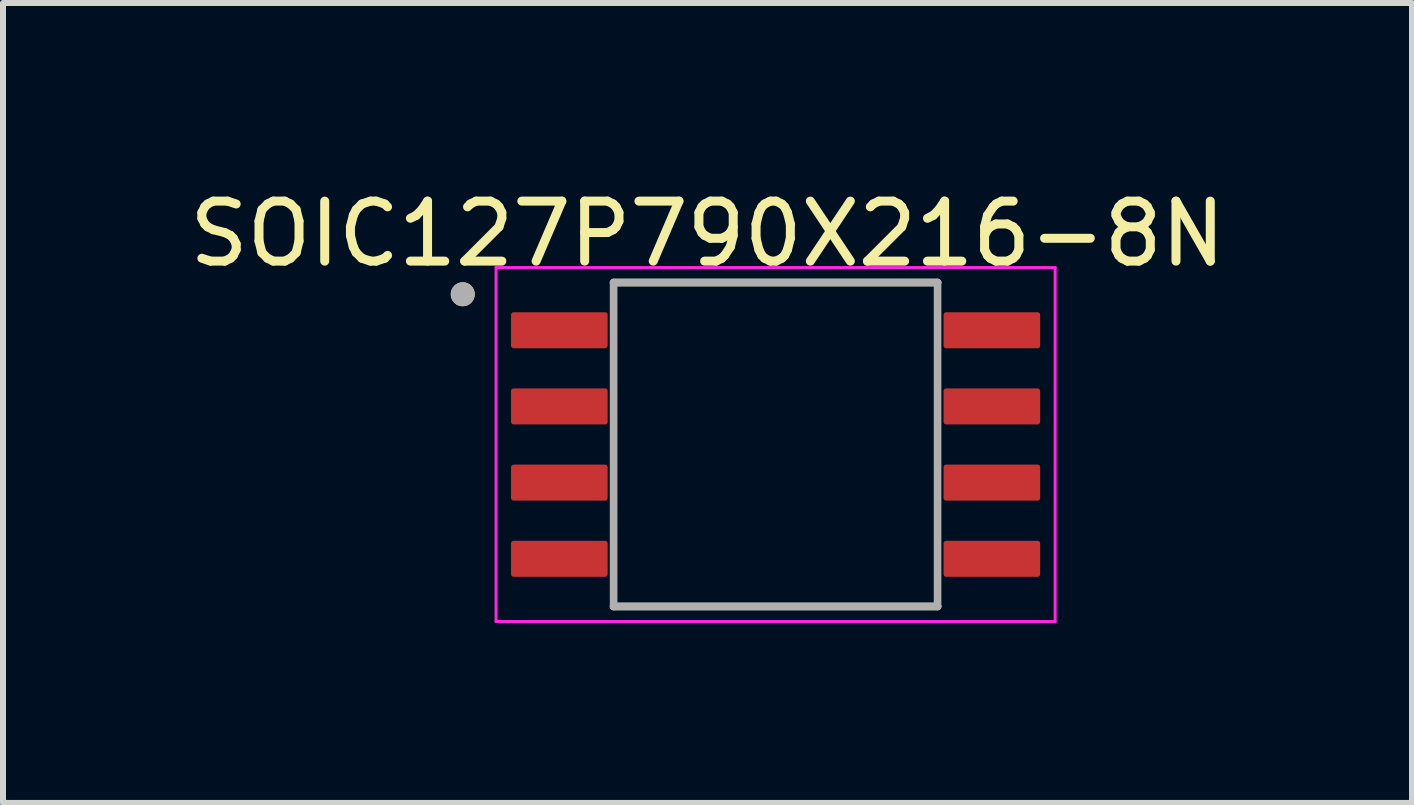
<source format=kicad_pcb>
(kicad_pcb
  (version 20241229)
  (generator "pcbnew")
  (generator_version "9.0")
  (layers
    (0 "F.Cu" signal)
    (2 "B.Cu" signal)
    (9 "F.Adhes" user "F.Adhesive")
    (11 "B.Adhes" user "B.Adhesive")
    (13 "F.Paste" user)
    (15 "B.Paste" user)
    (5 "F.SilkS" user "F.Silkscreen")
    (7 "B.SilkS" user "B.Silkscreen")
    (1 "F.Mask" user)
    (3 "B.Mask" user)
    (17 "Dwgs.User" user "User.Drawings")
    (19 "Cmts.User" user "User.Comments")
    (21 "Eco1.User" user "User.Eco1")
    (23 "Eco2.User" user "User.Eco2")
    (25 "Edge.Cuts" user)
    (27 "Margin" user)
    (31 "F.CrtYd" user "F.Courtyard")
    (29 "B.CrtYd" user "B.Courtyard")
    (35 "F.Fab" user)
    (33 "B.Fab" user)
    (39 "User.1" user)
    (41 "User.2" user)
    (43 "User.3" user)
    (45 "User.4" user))
  (footprint "SOIC127P790X216-8N"
    (layer "F.Cu")
    (at 9.879 4.36)
    (property "Reference" "SOIC127P790X216-8N" (at -1.135 -3.512 0) (layer "F.SilkS") (effects (font (size 1 1) (thickness 0.15))))
    (attr smd)
    (fp_line (start -2.7 -2.7) (end 2.7 -2.7) (stroke (width 0.127) (type solid)) (layer "F.SilkS"))
    (fp_line (start -2.7 2.7) (end 2.7 2.7) (stroke (width 0.127) (type solid)) (layer "F.SilkS"))
    (fp_circle (center -5.215 -2.505) (end -5.115 -2.505) (stroke (width 0.2) (type solid)) (fill no) (layer "F.SilkS"))
    (fp_line (start -4.66 -2.95) (end -4.66 2.95) (stroke (width 0.05) (type solid)) (layer "F.CrtYd"))
    (fp_line (start -4.66 -2.95) (end 4.66 -2.95) (stroke (width 0.05) (type solid)) (layer "F.CrtYd"))
    (fp_line (start -4.66 2.95) (end 4.66 2.95) (stroke (width 0.05) (type solid)) (layer "F.CrtYd"))
    (fp_line (start 4.66 -2.95) (end 4.66 2.95) (stroke (width 0.05) (type solid)) (layer "F.CrtYd"))
    (fp_line (start -2.7 -2.7) (end -2.7 2.7) (stroke (width 0.127) (type solid)) (layer "F.Fab"))
    (fp_line (start -2.7 -2.7) (end 2.7 -2.7) (stroke (width 0.127) (type solid)) (layer "F.Fab"))
    (fp_line (start -2.7 2.7) (end 2.7 2.7) (stroke (width 0.127) (type solid)) (layer "F.Fab"))
    (fp_line (start 2.7 -2.7) (end 2.7 2.7) (stroke (width 0.127) (type solid)) (layer "F.Fab"))
    (fp_circle (center -5.215 -2.505) (end -5.115 -2.505) (stroke (width 0.2) (type solid)) (fill no) (layer "F.Fab"))
    (pad "1" smd roundrect (at -3.605 -1.905) (size 1.61 0.6) (layers "F.Cu" "F.Mask" "F.Paste") (roundrect_rratio 0.07))
    (pad "2" smd roundrect (at -3.605 -0.635) (size 1.61 0.6) (layers "F.Cu" "F.Mask" "F.Paste") (roundrect_rratio 0.07))
    (pad "3" smd roundrect (at -3.605 0.635) (size 1.61 0.6) (layers "F.Cu" "F.Mask" "F.Paste") (roundrect_rratio 0.07))
    (pad "4" smd roundrect (at -3.605 1.905) (size 1.61 0.6) (layers "F.Cu" "F.Mask" "F.Paste") (roundrect_rratio 0.07))
    (pad "5" smd roundrect (at 3.605 1.905) (size 1.61 0.6) (layers "F.Cu" "F.Mask" "F.Paste") (roundrect_rratio 0.07))
    (pad "6" smd roundrect (at 3.605 0.635) (size 1.61 0.6) (layers "F.Cu" "F.Mask" "F.Paste") (roundrect_rratio 0.07))
    (pad "7" smd roundrect (at 3.605 -0.635) (size 1.61 0.6) (layers "F.Cu" "F.Mask" "F.Paste") (roundrect_rratio 0.07))
    (pad "8" smd roundrect (at 3.605 -1.905) (size 1.61 0.6) (layers "F.Cu" "F.Mask" "F.Paste") (roundrect_rratio 0.07)))
  (gr_rect
    (start -3 -3)
    (end 20.488 10.335)
    (stroke (width 0.1) (type default))
    (fill no)
    (layer "Edge.Cuts")))
</source>
